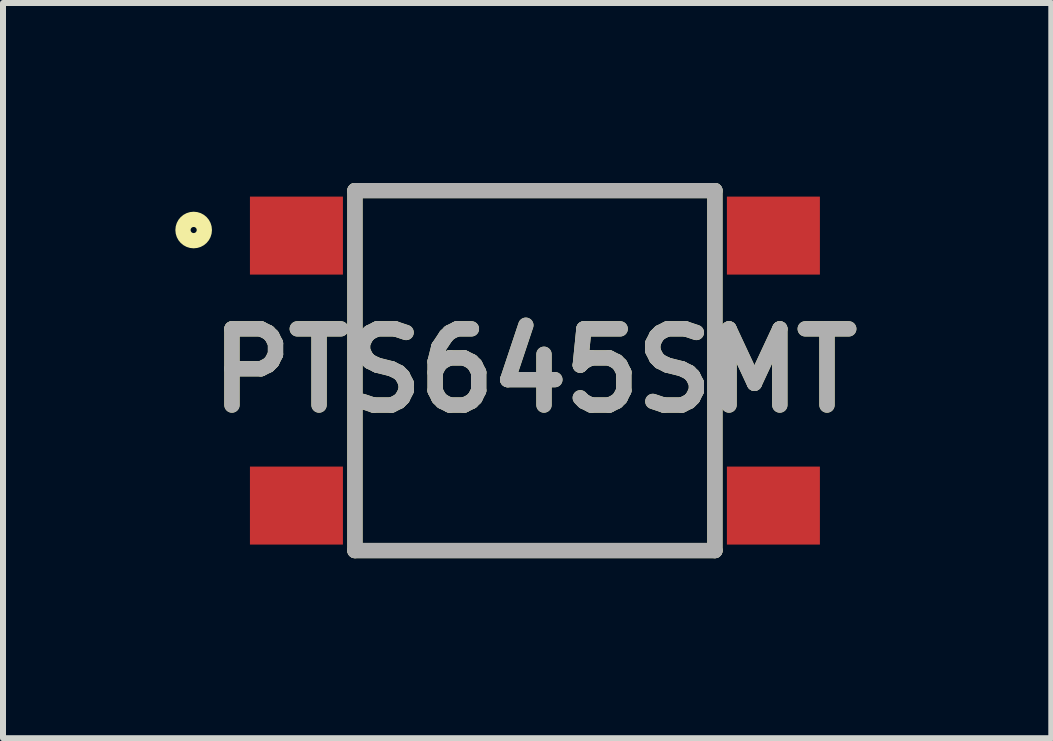
<source format=kicad_pcb>
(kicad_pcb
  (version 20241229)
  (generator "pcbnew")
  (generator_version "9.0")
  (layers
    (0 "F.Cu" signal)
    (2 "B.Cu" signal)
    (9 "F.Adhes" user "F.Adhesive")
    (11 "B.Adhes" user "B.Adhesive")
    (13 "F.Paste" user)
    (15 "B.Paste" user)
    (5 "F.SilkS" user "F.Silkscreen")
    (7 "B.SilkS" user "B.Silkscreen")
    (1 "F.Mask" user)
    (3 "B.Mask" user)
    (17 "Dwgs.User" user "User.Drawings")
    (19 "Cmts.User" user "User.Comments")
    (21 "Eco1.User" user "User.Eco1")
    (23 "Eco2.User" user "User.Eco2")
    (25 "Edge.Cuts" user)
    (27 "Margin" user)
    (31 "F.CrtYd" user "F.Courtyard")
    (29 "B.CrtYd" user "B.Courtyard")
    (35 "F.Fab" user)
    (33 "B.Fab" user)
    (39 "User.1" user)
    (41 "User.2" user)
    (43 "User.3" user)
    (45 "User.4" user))
  (footprint "PTS645SMT"
    (layer "F.Cu")
    (at 5.866 3.127)
    (property "Reference" "PTS645SMT" (at 0 0 0) (layer "F.SilkS") (effects (font (size 1.27 1.27) (thickness 0.254))))
    (attr smd)
    (fp_line (start -3 -3) (end -3 3) (stroke (width 0.254) (type solid)) (layer "F.SilkS"))
    (fp_line (start -3 3) (end 3 3) (stroke (width 0.254) (type solid)) (layer "F.SilkS"))
    (fp_line (start 3 -3) (end -3 -3) (stroke (width 0.254) (type solid)) (layer "F.SilkS"))
    (fp_line (start 3 3) (end 3 -3) (stroke (width 0.254) (type solid)) (layer "F.SilkS"))
    (fp_circle (center -5.688 -2.343) (end -5.688 -2.292) (stroke (width 0.254) (type solid)) (fill no) (layer "F.SilkS"))
    (fp_line (start -3 -3) (end 3 -3) (stroke (width 0.254) (type solid)) (layer "F.Fab"))
    (fp_line (start -3 3) (end -3 -3) (stroke (width 0.254) (type solid)) (layer "F.Fab"))
    (fp_line (start 3 -3) (end 3 3) (stroke (width 0.254) (type solid)) (layer "F.Fab"))
    (fp_line (start 3 3) (end -3 3) (stroke (width 0.254) (type solid)) (layer "F.Fab"))
    (fp_text user "${REFERENCE}" (at 0 0 0) (layer "F.Fab") (effects (font (size 1.27 1.27) (thickness 0.254))))
    (pad "1" smd rect (at -3.975 -2.25 90) (size 1.3 1.55) (layers "F.Cu" "F.Mask" "F.Paste"))
    (pad "2" smd rect (at 3.975 -2.25 90) (size 1.3 1.55) (layers "F.Cu" "F.Mask" "F.Paste"))
    (pad "3" smd rect (at -3.975 2.25 90) (size 1.3 1.55) (layers "F.Cu" "F.Mask" "F.Paste"))
    (pad "4" smd rect (at 3.975 2.25 90) (size 1.3 1.55) (layers "F.Cu" "F.Mask" "F.Paste")))
  (gr_rect
    (start -3 -3)
    (end 14.473 9.254)
    (stroke (width 0.1) (type default))
    (fill no)
    (layer "Edge.Cuts")))
</source>
